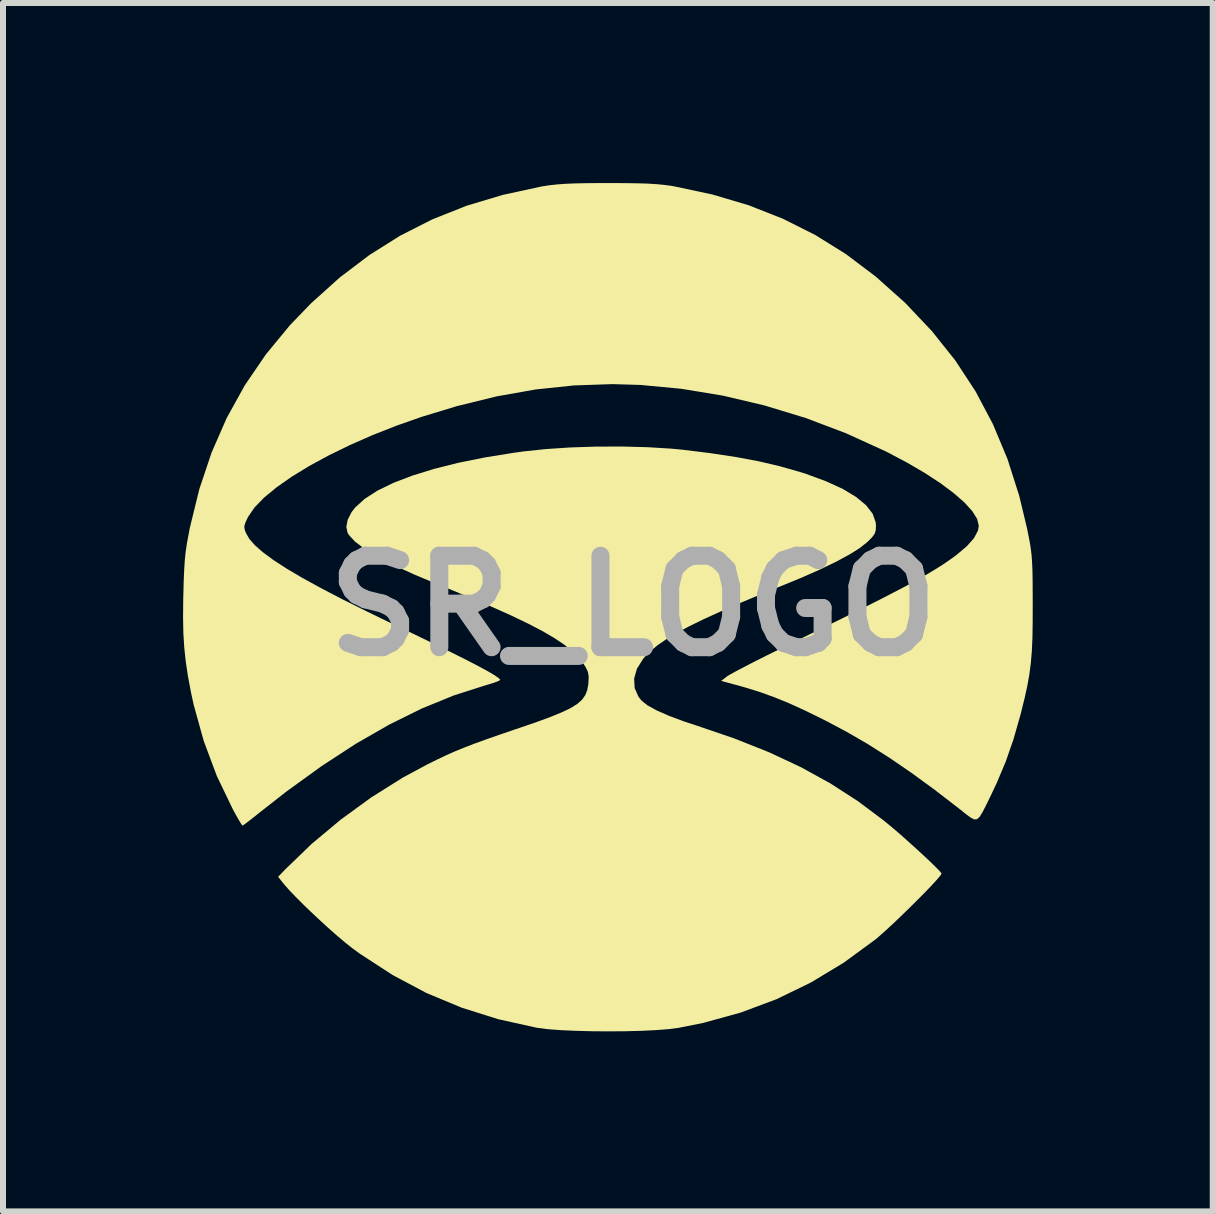
<source format=kicad_pcb>
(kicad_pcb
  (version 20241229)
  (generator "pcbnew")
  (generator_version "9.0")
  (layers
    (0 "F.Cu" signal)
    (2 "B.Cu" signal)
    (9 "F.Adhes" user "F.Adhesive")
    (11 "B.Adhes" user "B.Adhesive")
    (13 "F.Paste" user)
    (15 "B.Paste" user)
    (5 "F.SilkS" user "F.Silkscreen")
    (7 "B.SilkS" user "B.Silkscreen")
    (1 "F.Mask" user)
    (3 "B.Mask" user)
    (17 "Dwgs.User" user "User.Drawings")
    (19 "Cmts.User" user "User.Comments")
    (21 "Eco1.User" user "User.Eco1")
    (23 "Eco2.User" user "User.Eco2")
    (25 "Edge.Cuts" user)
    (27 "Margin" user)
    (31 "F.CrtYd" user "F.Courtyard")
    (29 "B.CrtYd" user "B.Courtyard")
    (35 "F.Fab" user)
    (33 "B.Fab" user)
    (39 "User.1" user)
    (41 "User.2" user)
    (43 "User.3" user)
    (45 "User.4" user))
  (footprint "SR_LOGO"
    (layer "F.Cu")
    (at 7.499 7.044)
    (property "Reference" "SR_LOGO" (at 0 0 0) (layer "F.Fab") (effects (font (size 1.524 1.524) (thickness 0.3))))
    (attr board_only exclude_from_pos_files exclude_from_bom)
    (fp_poly (pts (xy 0.241 -2.643) (xy 0.632 -2.619) (xy 0.823 -2.601) (xy 1.294 -2.543) (xy 1.714 -2.479) (xy 2.094 -2.408) (xy 2.443 -2.326) (xy 2.771 -2.233) (xy 2.887 -2.196) (xy 3.217 -2.074) (xy 3.494 -1.947) (xy 3.715 -1.814) (xy 3.881 -1.676) (xy 3.991 -1.534) (xy 4.042 -1.389) (xy 4.046 -1.334) (xy 4.042 -1.258) (xy 4.024 -1.2) (xy 3.982 -1.143) (xy 3.905 -1.066) (xy 3.897 -1.059) (xy 3.772 -0.96) (xy 3.594 -0.849) (xy 3.368 -0.728) (xy 3.098 -0.598) (xy 2.789 -0.462) (xy 2.599 -0.384) (xy 2.169 -0.209) (xy 1.791 -0.051) (xy 1.462 0.092) (xy 1.177 0.222) (xy 0.934 0.341) (xy 0.728 0.451) (xy 0.556 0.554) (xy 0.413 0.652) (xy 0.297 0.747) (xy 0.204 0.84) (xy 0.165 0.886) (xy 0.063 1.049) (xy 0.017 1.212) (xy 0.025 1.369) (xy 0.088 1.513) (xy 0.14 1.579) (xy 0.237 1.657) (xy 0.391 1.742) (xy 0.598 1.833) (xy 0.855 1.929) (xy 1.063 1.997) (xy 1.69 2.211) (xy 2.265 2.44) (xy 2.795 2.688) (xy 3.287 2.959) (xy 3.747 3.256) (xy 4.181 3.581) (xy 4.327 3.702) (xy 4.45 3.807) (xy 4.581 3.924) (xy 4.714 4.044) (xy 4.841 4.161) (xy 4.954 4.267) (xy 5.046 4.357) (xy 5.11 4.423) (xy 5.138 4.458) (xy 5.139 4.46) (xy 5.119 4.494) (xy 5.062 4.562) (xy 4.975 4.657) (xy 4.865 4.772) (xy 4.738 4.9) (xy 4.602 5.035) (xy 4.463 5.17) (xy 4.328 5.299) (xy 4.203 5.414) (xy 4.095 5.51) (xy 4.032 5.563) (xy 3.507 5.947) (xy 2.96 6.277) (xy 2.389 6.554) (xy 1.793 6.777) (xy 1.169 6.949) (xy 0.754 7.032) (xy 0.592 7.053) (xy 0.384 7.069) (xy 0.14 7.081) (xy -0.128 7.088) (xy -0.407 7.09) (xy -0.688 7.088) (xy -0.957 7.081) (xy -1.204 7.07) (xy -1.418 7.054) (xy -1.586 7.033) (xy -1.61 7.029) (xy -2.25 6.887) (xy -2.861 6.694) (xy -3.446 6.45) (xy -4.008 6.151) (xy -4.551 5.798) (xy -4.669 5.712) (xy -4.796 5.612) (xy -4.948 5.483) (xy -5.115 5.335) (xy -5.286 5.177) (xy -5.453 5.018) (xy -5.604 4.868) (xy -5.731 4.736) (xy -5.822 4.632) (xy -5.825 4.628) (xy -5.915 4.515) (xy -5.8 4.395) (xy -5.357 3.967) (xy -4.873 3.563) (xy -4.362 3.191) (xy -3.836 2.861) (xy -3.429 2.642) (xy -3.265 2.561) (xy -3.115 2.49) (xy -2.969 2.425) (xy -2.817 2.363) (xy -2.649 2.298) (xy -2.456 2.228) (xy -2.228 2.148) (xy -1.956 2.055) (xy -1.893 2.034) (xy -1.607 1.936) (xy -1.374 1.85) (xy -1.186 1.773) (xy -1.04 1.703) (xy -0.93 1.634) (xy -0.851 1.564) (xy -0.798 1.489) (xy -0.765 1.407) (xy -0.748 1.313) (xy -0.744 1.272) (xy -0.741 1.171) (xy -0.755 1.096) (xy -0.793 1.019) (xy -0.831 0.96) (xy -0.912 0.857) (xy -1.016 0.754) (xy -1.147 0.648) (xy -1.309 0.539) (xy -1.505 0.424) (xy -1.739 0.302) (xy -2.015 0.169) (xy -2.335 0.025) (xy -2.704 -0.132) (xy -3.124 -0.305) (xy -3.249 -0.355) (xy -3.641 -0.519) (xy -3.976 -0.672) (xy -4.253 -0.815) (xy -4.471 -0.947) (xy -4.633 -1.069) (xy -4.736 -1.181) (xy -4.758 -1.217) (xy -4.779 -1.315) (xy -4.756 -1.433) (xy -4.692 -1.56) (xy -4.632 -1.638) (xy -4.474 -1.781) (xy -4.261 -1.919) (xy -3.994 -2.049) (xy -3.678 -2.17) (xy -3.315 -2.282) (xy -2.909 -2.384) (xy -2.461 -2.474) (xy -1.976 -2.552) (xy -1.821 -2.573) (xy -1.453 -2.612) (xy -1.045 -2.639) (xy -0.615 -2.653) (xy -0.181 -2.654)) (stroke (width 0) (type solid)) (fill yes) (layer "F.SilkS"))
    (fp_poly (pts (xy -0.15 -7.043) (xy 0.065 -7.04) (xy 0.24 -7.035) (xy 0.385 -7.026) (xy 0.511 -7.014) (xy 0.627 -6.999) (xy 0.679 -6.99) (xy 1.322 -6.853) (xy 1.925 -6.674) (xy 2.494 -6.45) (xy 3.034 -6.179) (xy 3.548 -5.859) (xy 4.042 -5.486) (xy 4.519 -5.06) (xy 4.54 -5.04) (xy 4.979 -4.576) (xy 5.368 -4.088) (xy 5.706 -3.572) (xy 5.995 -3.026) (xy 6.237 -2.447) (xy 6.433 -1.833) (xy 6.561 -1.3) (xy 6.589 -1.162) (xy 6.611 -1.046) (xy 6.627 -0.942) (xy 6.639 -0.839) (xy 6.647 -0.727) (xy 6.653 -0.596) (xy 6.656 -0.435) (xy 6.657 -0.234) (xy 6.658 -0.03) (xy 6.657 0.275) (xy 6.653 0.533) (xy 6.643 0.756) (xy 6.626 0.957) (xy 6.601 1.146) (xy 6.567 1.337) (xy 6.522 1.541) (xy 6.465 1.771) (xy 6.453 1.818) (xy 6.337 2.225) (xy 6.208 2.596) (xy 6.057 2.954) (xy 5.967 3.145) (xy 5.884 3.316) (xy 5.821 3.438) (xy 5.772 3.517) (xy 5.728 3.556) (xy 5.681 3.558) (xy 5.623 3.528) (xy 5.545 3.47) (xy 5.449 3.393) (xy 5.029 3.069) (xy 4.639 2.784) (xy 4.269 2.531) (xy 3.911 2.304) (xy 3.557 2.099) (xy 3.195 1.907) (xy 3.163 1.891) (xy 2.863 1.744) (xy 2.598 1.623) (xy 2.355 1.524) (xy 2.12 1.439) (xy 1.879 1.364) (xy 1.76 1.33) (xy 1.467 1.251) (xy 1.571 1.171) (xy 1.621 1.141) (xy 1.717 1.088) (xy 1.853 1.017) (xy 2.023 0.929) (xy 2.22 0.83) (xy 2.438 0.722) (xy 2.67 0.608) (xy 2.705 0.59) (xy 3.124 0.386) (xy 3.494 0.204) (xy 3.818 0.043) (xy 4.101 -0.099) (xy 4.347 -0.226) (xy 4.561 -0.338) (xy 4.745 -0.439) (xy 4.905 -0.53) (xy 5.044 -0.614) (xy 5.167 -0.692) (xy 5.278 -0.768) (xy 5.379 -0.841) (xy 5.557 -0.99) (xy 5.68 -1.129) (xy 5.746 -1.255) (xy 5.759 -1.333) (xy 5.732 -1.447) (xy 5.651 -1.577) (xy 5.521 -1.721) (xy 5.344 -1.876) (xy 5.125 -2.04) (xy 4.865 -2.21) (xy 4.568 -2.384) (xy 4.237 -2.559) (xy 4.194 -2.58) (xy 3.545 -2.876) (xy 2.873 -3.13) (xy 2.187 -3.339) (xy 1.495 -3.502) (xy 0.805 -3.616) (xy 0.126 -3.68) (xy -0.347 -3.694) (xy -0.986 -3.672) (xy -1.625 -3.605) (xy -2.273 -3.49) (xy -2.937 -3.327) (xy -3.529 -3.147) (xy -3.944 -3.001) (xy -4.343 -2.844) (xy -4.722 -2.677) (xy -5.076 -2.504) (xy -5.4 -2.328) (xy -5.689 -2.151) (xy -5.94 -1.975) (xy -6.148 -1.804) (xy -6.307 -1.64) (xy -6.414 -1.485) (xy -6.421 -1.472) (xy -6.462 -1.383) (xy -6.479 -1.323) (xy -6.472 -1.27) (xy -6.452 -1.215) (xy -6.397 -1.118) (xy -6.304 -1.011) (xy -6.172 -0.895) (xy -5.999 -0.767) (xy -5.783 -0.626) (xy -5.521 -0.471) (xy -5.212 -0.301) (xy -4.854 -0.114) (xy -4.444 0.09) (xy -4.024 0.294) (xy -3.632 0.481) (xy -3.293 0.646) (xy -3.004 0.788) (xy -2.763 0.909) (xy -2.568 1.01) (xy -2.418 1.092) (xy -2.311 1.155) (xy -2.244 1.201) (xy -2.216 1.231) (xy -2.215 1.236) (xy -2.242 1.252) (xy -2.312 1.279) (xy -2.414 1.311) (xy -2.466 1.326) (xy -2.988 1.493) (xy -3.519 1.71) (xy -4.062 1.978) (xy -4.618 2.297) (xy -5.189 2.669) (xy -5.778 3.095) (xy -6.208 3.432) (xy -6.318 3.52) (xy -6.411 3.592) (xy -6.477 3.642) (xy -6.508 3.662) (xy -6.509 3.662) (xy -6.528 3.638) (xy -6.568 3.572) (xy -6.623 3.476) (xy -6.67 3.389) (xy -6.936 2.836) (xy -7.154 2.253) (xy -7.322 1.649) (xy -7.368 1.436) (xy -7.418 1.17) (xy -7.454 0.928) (xy -7.479 0.695) (xy -7.494 0.454) (xy -7.499 0.19) (xy -7.496 -0.114) (xy -7.494 -0.191) (xy -7.488 -0.421) (xy -7.48 -0.605) (xy -7.47 -0.759) (xy -7.456 -0.897) (xy -7.436 -1.032) (xy -7.409 -1.179) (xy -7.386 -1.3) (xy -7.228 -1.944) (xy -7.024 -2.553) (xy -6.772 -3.129) (xy -6.471 -3.673) (xy -6.12 -4.188) (xy -5.718 -4.676) (xy -5.367 -5.04) (xy -4.89 -5.469) (xy -4.397 -5.843) (xy -3.884 -6.166) (xy -3.346 -6.439) (xy -2.778 -6.665) (xy -2.176 -6.846) (xy -1.535 -6.985) (xy -1.506 -6.99) (xy -1.391 -7.008) (xy -1.271 -7.021) (xy -1.136 -7.031) (xy -0.975 -7.038) (xy -0.78 -7.042) (xy -0.54 -7.044) (xy -0.413 -7.044)) (stroke (width 0) (type solid)) (fill yes) (layer "F.SilkS")))
  (gr_rect
    (start -3 -3)
    (end 17.156 17.134)
    (stroke (width 0.1) (type default))
    (fill no)
    (layer "Edge.Cuts")))
</source>
